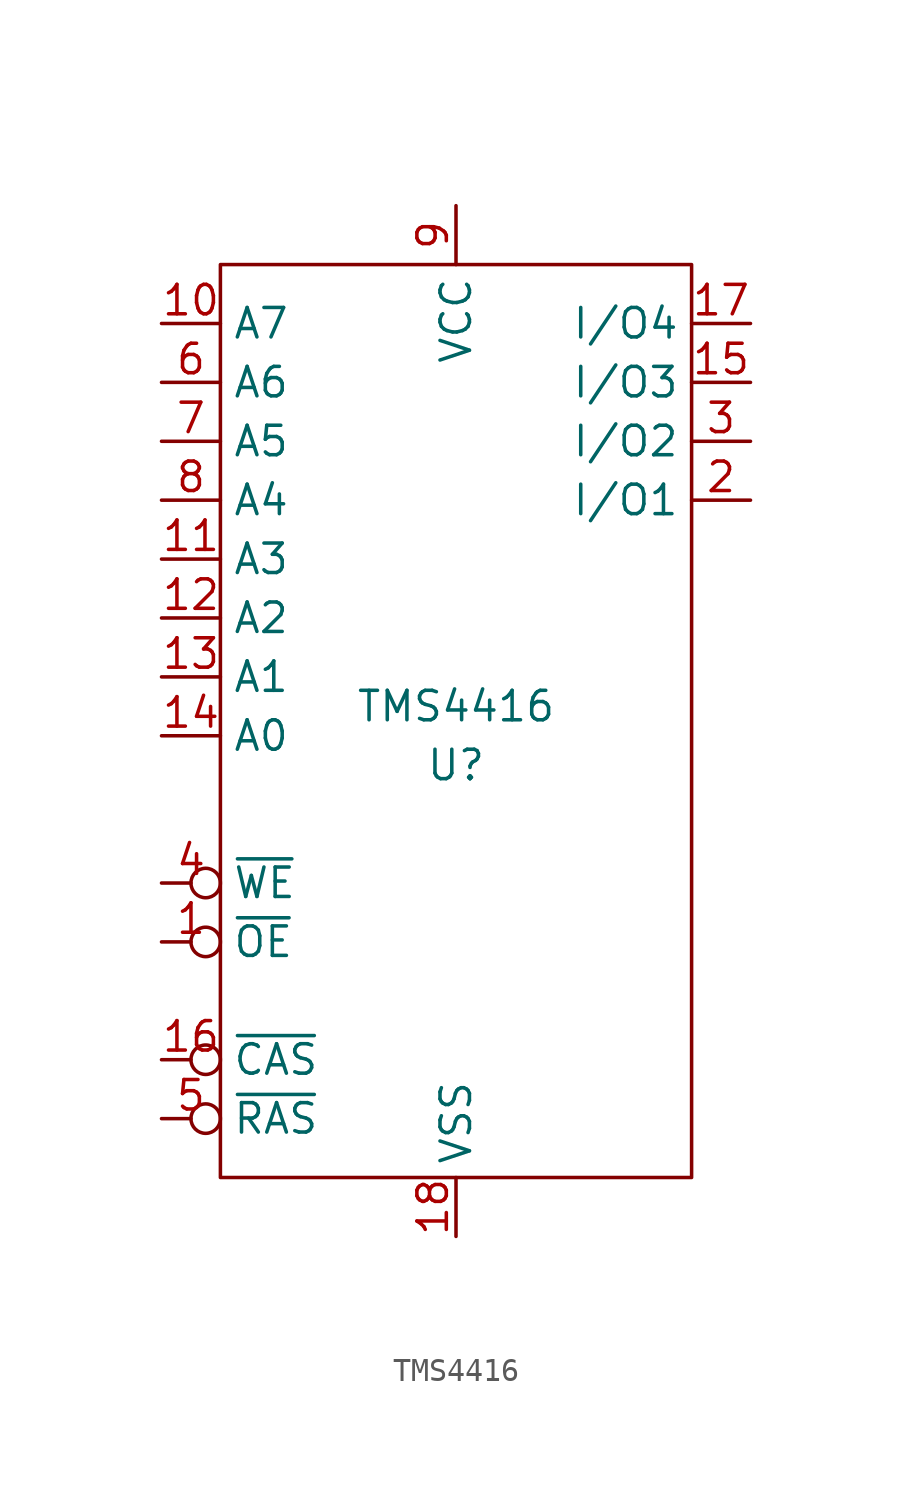
<source format=kicad_sym>
(kicad_symbol_lib
  (version 20211014)
  (generator kicad_symbol_editor)
  (symbol "TMS4416"
    (property "Reference" "U"
      (at 0 -3.81 0)
      (effects (font (size 1.27 1.27))))
    (property "Value" "TMS4416"
      (at 0 -1.27 0)
      (effects (font (size 1.27 1.27))))
    (symbol "TMS4416_0_1"
      (rectangle (start -10.16 17.78) (end 10.16 -21.59) (stroke (width 0) (type default) (color 0 0 0 0)) (fill (type none))))
    (symbol "TMS4416_1_1"
      (pin input inverted (at -12.7 -11.43 0) (length 2.54) (name "~{OE}" (effects (font (size 1.27 1.27)))) (number "1" (effects (font (size 1.27 1.27)))))
      (pin input line (at -12.7 15.24 0) (length 2.54) (name "A7" (effects (font (size 1.27 1.27)))) (number "10" (effects (font (size 1.27 1.27)))))
      (pin input line (at -12.7 5.08 0) (length 2.54) (name "A3" (effects (font (size 1.27 1.27)))) (number "11" (effects (font (size 1.27 1.27)))))
      (pin input line (at -12.7 2.54 0) (length 2.54) (name "A2" (effects (font (size 1.27 1.27)))) (number "12" (effects (font (size 1.27 1.27)))))
      (pin input line (at -12.7 0 0) (length 2.54) (name "A1" (effects (font (size 1.27 1.27)))) (number "13" (effects (font (size 1.27 1.27)))))
      (pin input line (at -12.7 -2.54 0) (length 2.54) (name "A0" (effects (font (size 1.27 1.27)))) (number "14" (effects (font (size 1.27 1.27)))))
      (pin bidirectional line (at 12.7 12.7 180) (length 2.54) (name "I/O3" (effects (font (size 1.27 1.27)))) (number "15" (effects (font (size 1.27 1.27)))))
      (pin input inverted (at -12.7 -16.51 0) (length 2.54) (name "~{CAS}" (effects (font (size 1.27 1.27)))) (number "16" (effects (font (size 1.27 1.27)))))
      (pin bidirectional line (at 12.7 15.24 180) (length 2.54) (name "I/O4" (effects (font (size 1.27 1.27)))) (number "17" (effects (font (size 1.27 1.27)))))
      (pin power_in line (at 0 -24.13 90) (length 2.54) (name "VSS" (effects (font (size 1.27 1.27)))) (number "18" (effects (font (size 1.27 1.27)))))
      (pin bidirectional line (at 12.7 7.62 180) (length 2.54) (name "I/O1" (effects (font (size 1.27 1.27)))) (number "2" (effects (font (size 1.27 1.27)))))
      (pin bidirectional line (at 12.7 10.16 180) (length 2.54) (name "I/O2" (effects (font (size 1.27 1.27)))) (number "3" (effects (font (size 1.27 1.27)))))
      (pin input inverted (at -12.7 -8.89 0) (length 2.54) (name "~{WE}" (effects (font (size 1.27 1.27)))) (number "4" (effects (font (size 1.27 1.27)))))
      (pin input inverted (at -12.7 -19.05 0) (length 2.54) (name "~{RAS}" (effects (font (size 1.27 1.27)))) (number "5" (effects (font (size 1.27 1.27)))))
      (pin input line (at -12.7 12.7 0) (length 2.54) (name "A6" (effects (font (size 1.27 1.27)))) (number "6" (effects (font (size 1.27 1.27)))))
      (pin input line (at -12.7 10.16 0) (length 2.54) (name "A5" (effects (font (size 1.27 1.27)))) (number "7" (effects (font (size 1.27 1.27)))))
      (pin input line (at -12.7 7.62 0) (length 2.54) (name "A4" (effects (font (size 1.27 1.27)))) (number "8" (effects (font (size 1.27 1.27)))))
      (pin power_in line (at 0 20.32 270) (length 2.54) (name "VCC" (effects (font (size 1.27 1.27)))) (number "9" (effects (font (size 1.27 1.27))))))))
</source>
